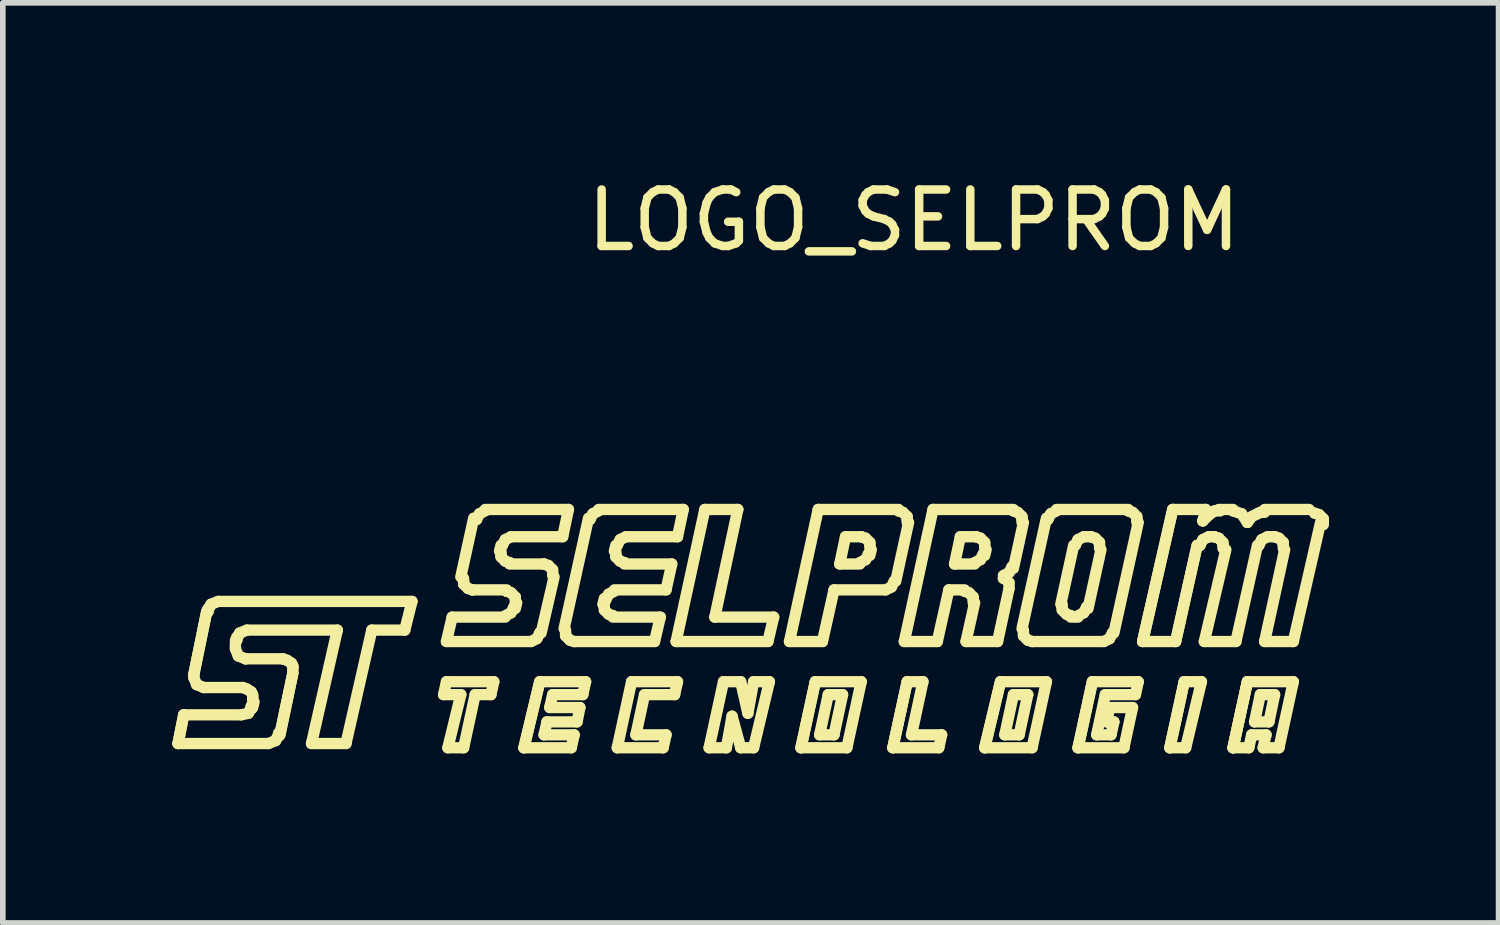
<source format=kicad_pcb>
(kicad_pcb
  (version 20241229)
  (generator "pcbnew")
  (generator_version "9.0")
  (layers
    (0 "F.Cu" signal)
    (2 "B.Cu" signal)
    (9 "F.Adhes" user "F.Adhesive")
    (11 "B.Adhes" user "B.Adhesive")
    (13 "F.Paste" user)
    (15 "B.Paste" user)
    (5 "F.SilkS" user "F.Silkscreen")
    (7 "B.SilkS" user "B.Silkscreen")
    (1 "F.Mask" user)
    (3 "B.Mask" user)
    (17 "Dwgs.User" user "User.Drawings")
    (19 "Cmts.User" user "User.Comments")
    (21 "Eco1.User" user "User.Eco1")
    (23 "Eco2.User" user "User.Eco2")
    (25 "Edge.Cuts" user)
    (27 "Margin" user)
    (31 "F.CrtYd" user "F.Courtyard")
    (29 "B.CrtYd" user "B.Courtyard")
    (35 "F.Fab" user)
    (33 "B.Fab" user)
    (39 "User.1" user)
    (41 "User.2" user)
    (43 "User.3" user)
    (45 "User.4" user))
  (footprint "LOGO_SELPROM"
    (layer "F.Cu")
    (at 9.32 8.048)
    (property "Reference" "LOGO_SELPROM" (at 3.8 -7.2 0) (layer "F.SilkS") (effects (font (size 1 1) (thickness 0.15))))
    (attr through_hole)
    (fp_line (start -9.22 2.059) (end -7.62 2.059) (stroke (width 0.2) (type solid)) (layer "F.SilkS"))
    (fp_line (start -9.119 1.551) (end -9.22 2.059) (stroke (width 0.2) (type solid)) (layer "F.SilkS"))
    (fp_line (start -9.119 1.551) (end -9.22 2.059) (stroke (width 0.2) (type solid)) (layer "F.SilkS"))
    (fp_line (start -9.119 1.551) (end -8.103 1.551) (stroke (width 0.2) (type solid)) (layer "F.SilkS"))
    (fp_line (start -8.941 0.84) (end -8.941 0.89) (stroke (width 0.2) (type solid)) (layer "F.SilkS"))
    (fp_line (start -8.941 0.89) (end -8.89 1.017) (stroke (width 0.2) (type solid)) (layer "F.SilkS"))
    (fp_line (start -8.89 1.017) (end -8.763 1.068) (stroke (width 0.2) (type solid)) (layer "F.SilkS"))
    (fp_line (start -8.763 1.068) (end -8.763 1.068) (stroke (width 0.2) (type solid)) (layer "F.SilkS"))
    (fp_line (start -8.763 1.068) (end -8.077 1.068) (stroke (width 0.2) (type solid)) (layer "F.SilkS"))
    (fp_line (start -8.712 -0.278) (end -8.941 0.84) (stroke (width 0.2) (type solid)) (layer "F.SilkS"))
    (fp_line (start -8.712 -0.278) (end -8.941 0.84) (stroke (width 0.2) (type solid)) (layer "F.SilkS"))
    (fp_line (start -8.687 -0.329) (end -8.687 -0.278) (stroke (width 0.2) (type solid)) (layer "F.SilkS"))
    (fp_line (start -8.687 -0.278) (end -8.687 -0.278) (stroke (width 0.2) (type solid)) (layer "F.SilkS"))
    (fp_line (start -8.661 -0.354) (end -8.687 -0.329) (stroke (width 0.2) (type solid)) (layer "F.SilkS"))
    (fp_line (start -8.636 -0.405) (end -8.661 -0.354) (stroke (width 0.2) (type solid)) (layer "F.SilkS"))
    (fp_line (start -8.509 -0.456) (end -8.636 -0.405) (stroke (width 0.2) (type solid)) (layer "F.SilkS"))
    (fp_line (start -8.509 -0.456) (end -5.08 -0.456) (stroke (width 0.2) (type solid)) (layer "F.SilkS"))
    (fp_line (start -8.204 0.23) (end -8.204 0.332) (stroke (width 0.2) (type solid)) (layer "F.SilkS"))
    (fp_line (start -8.204 0.332) (end -8.204 0.382) (stroke (width 0.2) (type solid)) (layer "F.SilkS"))
    (fp_line (start -8.204 0.382) (end -8.153 0.509) (stroke (width 0.2) (type solid)) (layer "F.SilkS"))
    (fp_line (start -8.179 0.179) (end -8.179 0.23) (stroke (width 0.2) (type solid)) (layer "F.SilkS"))
    (fp_line (start -8.179 0.23) (end -8.179 0.23) (stroke (width 0.2) (type solid)) (layer "F.SilkS"))
    (fp_line (start -8.153 0.154) (end -8.179 0.179) (stroke (width 0.2) (type solid)) (layer "F.SilkS"))
    (fp_line (start -8.153 0.509) (end -8.026 0.56) (stroke (width 0.2) (type solid)) (layer "F.SilkS"))
    (fp_line (start -8.128 0.103) (end -8.153 0.154) (stroke (width 0.2) (type solid)) (layer "F.SilkS"))
    (fp_line (start -8.103 1.551) (end -7.976 1.525) (stroke (width 0.2) (type solid)) (layer "F.SilkS"))
    (fp_line (start -8.077 1.068) (end -8.077 1.068) (stroke (width 0.2) (type solid)) (layer "F.SilkS"))
    (fp_line (start -8.026 0.56) (end -8.026 0.56) (stroke (width 0.2) (type solid)) (layer "F.SilkS"))
    (fp_line (start -8.026 0.56) (end -7.366 0.56) (stroke (width 0.2) (type solid)) (layer "F.SilkS"))
    (fp_line (start -8.001 0.052) (end -8.128 0.103) (stroke (width 0.2) (type solid)) (layer "F.SilkS"))
    (fp_line (start -8.001 0.052) (end -6.401 0.052) (stroke (width 0.2) (type solid)) (layer "F.SilkS"))
    (fp_line (start -8.001 1.094) (end -8.077 1.068) (stroke (width 0.2) (type solid)) (layer "F.SilkS"))
    (fp_line (start -7.976 1.525) (end -7.95 1.475) (stroke (width 0.2) (type solid)) (layer "F.SilkS"))
    (fp_line (start -7.95 1.475) (end -7.925 1.449) (stroke (width 0.2) (type solid)) (layer "F.SilkS"))
    (fp_line (start -7.925 1.144) (end -8.001 1.094) (stroke (width 0.2) (type solid)) (layer "F.SilkS"))
    (fp_line (start -7.925 1.398) (end -7.925 1.398) (stroke (width 0.2) (type solid)) (layer "F.SilkS"))
    (fp_line (start -7.925 1.449) (end -7.925 1.398) (stroke (width 0.2) (type solid)) (layer "F.SilkS"))
    (fp_line (start -7.899 1.195) (end -7.925 1.144) (stroke (width 0.2) (type solid)) (layer "F.SilkS"))
    (fp_line (start -7.899 1.221) (end -7.899 1.195) (stroke (width 0.2) (type solid)) (layer "F.SilkS"))
    (fp_line (start -7.899 1.246) (end -7.899 1.221) (stroke (width 0.2) (type solid)) (layer "F.SilkS"))
    (fp_line (start -7.899 1.297) (end -7.899 1.246) (stroke (width 0.2) (type solid)) (layer "F.SilkS"))
    (fp_line (start -7.874 1.322) (end -7.899 1.424) (stroke (width 0.2) (type solid)) (layer "F.SilkS"))
    (fp_line (start -7.62 2.059) (end -7.493 2.008) (stroke (width 0.2) (type solid)) (layer "F.SilkS"))
    (fp_line (start -7.493 2.008) (end -7.468 1.957) (stroke (width 0.2) (type solid)) (layer "F.SilkS"))
    (fp_line (start -7.468 1.957) (end -7.442 1.932) (stroke (width 0.2) (type solid)) (layer "F.SilkS"))
    (fp_line (start -7.442 1.881) (end -7.442 1.881) (stroke (width 0.2) (type solid)) (layer "F.SilkS"))
    (fp_line (start -7.442 1.932) (end -7.442 1.881) (stroke (width 0.2) (type solid)) (layer "F.SilkS"))
    (fp_line (start -7.366 0.56) (end -7.366 0.56) (stroke (width 0.2) (type solid)) (layer "F.SilkS"))
    (fp_line (start -7.29 0.586) (end -7.366 0.56) (stroke (width 0.2) (type solid)) (layer "F.SilkS"))
    (fp_line (start -7.214 0.636) (end -7.29 0.586) (stroke (width 0.2) (type solid)) (layer "F.SilkS"))
    (fp_line (start -7.188 0.687) (end -7.214 0.636) (stroke (width 0.2) (type solid)) (layer "F.SilkS"))
    (fp_line (start -7.188 0.713) (end -7.188 0.687) (stroke (width 0.2) (type solid)) (layer "F.SilkS"))
    (fp_line (start -7.188 0.738) (end -7.188 0.713) (stroke (width 0.2) (type solid)) (layer "F.SilkS"))
    (fp_line (start -7.188 0.789) (end -7.188 0.738) (stroke (width 0.2) (type solid)) (layer "F.SilkS"))
    (fp_line (start -7.188 0.814) (end -7.417 1.906) (stroke (width 0.2) (type solid)) (layer "F.SilkS"))
    (fp_line (start -7.188 0.814) (end -7.417 1.906) (stroke (width 0.2) (type solid)) (layer "F.SilkS"))
    (fp_line (start -6.858 2.059) (end -6.248 2.059) (stroke (width 0.2) (type solid)) (layer "F.SilkS"))
    (fp_line (start -6.401 0.052) (end -6.858 2.059) (stroke (width 0.2) (type solid)) (layer "F.SilkS"))
    (fp_line (start -5.791 0.052) (end -6.248 2.059) (stroke (width 0.2) (type solid)) (layer "F.SilkS"))
    (fp_line (start -5.791 0.052) (end -5.207 0.052) (stroke (width 0.2) (type solid)) (layer "F.SilkS"))
    (fp_line (start -5.08 -0.456) (end -5.207 0.052) (stroke (width 0.2) (type solid)) (layer "F.SilkS"))
    (fp_line (start -4.521 1.194) (end -4.216 1.194) (stroke (width 0.2) (type solid)) (layer "F.SilkS"))
    (fp_line (start -4.47 0.254) (end -2.972 0.254) (stroke (width 0.2) (type solid)) (layer "F.SilkS"))
    (fp_line (start -4.47 0.965) (end -4.521 1.194) (stroke (width 0.2) (type solid)) (layer "F.SilkS"))
    (fp_line (start -4.47 0.965) (end -3.632 0.965) (stroke (width 0.2) (type solid)) (layer "F.SilkS"))
    (fp_line (start -4.445 2.134) (end -4.166 2.134) (stroke (width 0.2) (type solid)) (layer "F.SilkS"))
    (fp_line (start -4.369 -0.178) (end -4.47 0.254) (stroke (width 0.2) (type solid)) (layer "F.SilkS"))
    (fp_line (start -4.369 -0.178) (end -3.429 -0.178) (stroke (width 0.2) (type solid)) (layer "F.SilkS"))
    (fp_line (start -4.216 1.194) (end -4.445 2.134) (stroke (width 0.2) (type solid)) (layer "F.SilkS"))
    (fp_line (start -4.166 -0.864) (end -4.166 -0.813) (stroke (width 0.2) (type solid)) (layer "F.SilkS"))
    (fp_line (start -4.166 -0.813) (end -4.166 -0.762) (stroke (width 0.2) (type solid)) (layer "F.SilkS"))
    (fp_line (start -4.166 -0.762) (end -4.089 -0.686) (stroke (width 0.2) (type solid)) (layer "F.SilkS"))
    (fp_line (start -4.089 -0.686) (end -4.013 -0.66) (stroke (width 0.2) (type solid)) (layer "F.SilkS"))
    (fp_line (start -4.013 -0.66) (end -4.013 -0.66) (stroke (width 0.2) (type solid)) (layer "F.SilkS"))
    (fp_line (start -4.013 -0.66) (end -3.404 -0.66) (stroke (width 0.2) (type solid)) (layer "F.SilkS"))
    (fp_line (start -3.988 -1.93) (end -4.216 -0.889) (stroke (width 0.2) (type solid)) (layer "F.SilkS"))
    (fp_line (start -3.962 1.194) (end -4.166 2.134) (stroke (width 0.2) (type solid)) (layer "F.SilkS"))
    (fp_line (start -3.962 1.194) (end -3.683 1.194) (stroke (width 0.2) (type solid)) (layer "F.SilkS"))
    (fp_line (start -3.937 -1.905) (end -3.937 -1.905) (stroke (width 0.2) (type solid)) (layer "F.SilkS"))
    (fp_line (start -3.886 -2.007) (end -3.937 -1.905) (stroke (width 0.2) (type solid)) (layer "F.SilkS"))
    (fp_line (start -3.785 -2.083) (end -2.311 -2.083) (stroke (width 0.2) (type solid)) (layer "F.SilkS"))
    (fp_line (start -3.785 -2.057) (end -3.886 -2.007) (stroke (width 0.2) (type solid)) (layer "F.SilkS"))
    (fp_line (start -3.632 0.965) (end -3.683 1.194) (stroke (width 0.2) (type solid)) (layer "F.SilkS"))
    (fp_line (start -3.505 -1.448) (end -3.531 -1.346) (stroke (width 0.2) (type solid)) (layer "F.SilkS"))
    (fp_line (start -3.505 -1.346) (end -3.505 -1.295) (stroke (width 0.2) (type solid)) (layer "F.SilkS"))
    (fp_line (start -3.505 -1.295) (end -3.505 -1.245) (stroke (width 0.2) (type solid)) (layer "F.SilkS"))
    (fp_line (start -3.505 -1.245) (end -3.429 -1.168) (stroke (width 0.2) (type solid)) (layer "F.SilkS"))
    (fp_line (start -3.48 -1.448) (end -3.48 -1.448) (stroke (width 0.2) (type solid)) (layer "F.SilkS"))
    (fp_line (start -3.429 -1.549) (end -3.48 -1.448) (stroke (width 0.2) (type solid)) (layer "F.SilkS"))
    (fp_line (start -3.429 -1.168) (end -3.353 -1.143) (stroke (width 0.2) (type solid)) (layer "F.SilkS"))
    (fp_line (start -3.429 -0.203) (end -3.327 -0.254) (stroke (width 0.2) (type solid)) (layer "F.SilkS"))
    (fp_line (start -3.404 -0.635) (end -3.404 -0.635) (stroke (width 0.2) (type solid)) (layer "F.SilkS"))
    (fp_line (start -3.353 -1.143) (end -3.353 -1.143) (stroke (width 0.2) (type solid)) (layer "F.SilkS"))
    (fp_line (start -3.353 -1.118) (end -2.743 -1.118) (stroke (width 0.2) (type solid)) (layer "F.SilkS"))
    (fp_line (start -3.327 -1.6) (end -3.429 -1.549) (stroke (width 0.2) (type solid)) (layer "F.SilkS"))
    (fp_line (start -3.327 -1.6) (end -2.413 -1.6) (stroke (width 0.2) (type solid)) (layer "F.SilkS"))
    (fp_line (start -3.327 -0.61) (end -3.404 -0.635) (stroke (width 0.2) (type solid)) (layer "F.SilkS"))
    (fp_line (start -3.327 -0.254) (end -3.277 -0.356) (stroke (width 0.2) (type solid)) (layer "F.SilkS"))
    (fp_line (start -3.277 -0.356) (end -3.277 -0.356) (stroke (width 0.2) (type solid)) (layer "F.SilkS"))
    (fp_line (start -3.251 -0.533) (end -3.327 -0.61) (stroke (width 0.2) (type solid)) (layer "F.SilkS"))
    (fp_line (start -3.251 -0.483) (end -3.251 -0.533) (stroke (width 0.2) (type solid)) (layer "F.SilkS"))
    (fp_line (start -3.251 -0.432) (end -3.251 -0.483) (stroke (width 0.2) (type solid)) (layer "F.SilkS"))
    (fp_line (start -3.226 -0.432) (end -3.251 -0.33) (stroke (width 0.2) (type solid)) (layer "F.SilkS"))
    (fp_line (start -3.099 2.134) (end -2.261 2.134) (stroke (width 0.2) (type solid)) (layer "F.SilkS"))
    (fp_line (start -2.972 0.254) (end -2.87 0.203) (stroke (width 0.2) (type solid)) (layer "F.SilkS"))
    (fp_line (start -2.87 0.203) (end -2.819 0.102) (stroke (width 0.2) (type solid)) (layer "F.SilkS"))
    (fp_line (start -2.819 0.102) (end -2.819 0.102) (stroke (width 0.2) (type solid)) (layer "F.SilkS"))
    (fp_line (start -2.819 0.965) (end -3.099 2.134) (stroke (width 0.2) (type solid)) (layer "F.SilkS"))
    (fp_line (start -2.819 0.965) (end -3.099 2.134) (stroke (width 0.2) (type solid)) (layer "F.SilkS"))
    (fp_line (start -2.819 0.965) (end -2.007 0.965) (stroke (width 0.2) (type solid)) (layer "F.SilkS"))
    (fp_line (start -2.743 -1.118) (end -2.743 -1.118) (stroke (width 0.2) (type solid)) (layer "F.SilkS"))
    (fp_line (start -2.743 1.905) (end -2.21 1.905) (stroke (width 0.2) (type solid)) (layer "F.SilkS"))
    (fp_line (start -2.692 1.676) (end -2.743 1.905) (stroke (width 0.2) (type solid)) (layer "F.SilkS"))
    (fp_line (start -2.692 1.676) (end -2.159 1.676) (stroke (width 0.2) (type solid)) (layer "F.SilkS"))
    (fp_line (start -2.667 -1.092) (end -2.743 -1.118) (stroke (width 0.2) (type solid)) (layer "F.SilkS"))
    (fp_line (start -2.642 1.422) (end -2.108 1.422) (stroke (width 0.2) (type solid)) (layer "F.SilkS"))
    (fp_line (start -2.591 -1.016) (end -2.667 -1.092) (stroke (width 0.2) (type solid)) (layer "F.SilkS"))
    (fp_line (start -2.591 -0.965) (end -2.591 -1.016) (stroke (width 0.2) (type solid)) (layer "F.SilkS"))
    (fp_line (start -2.591 -0.914) (end -2.591 -0.965) (stroke (width 0.2) (type solid)) (layer "F.SilkS"))
    (fp_line (start -2.591 1.194) (end -2.642 1.422) (stroke (width 0.2) (type solid)) (layer "F.SilkS"))
    (fp_line (start -2.591 1.194) (end -2.057 1.194) (stroke (width 0.2) (type solid)) (layer "F.SilkS"))
    (fp_line (start -2.565 -0.889) (end -2.794 0.102) (stroke (width 0.2) (type solid)) (layer "F.SilkS"))
    (fp_line (start -2.362 0.051) (end -2.362 0.102) (stroke (width 0.2) (type solid)) (layer "F.SilkS"))
    (fp_line (start -2.362 0.102) (end -2.362 0.152) (stroke (width 0.2) (type solid)) (layer "F.SilkS"))
    (fp_line (start -2.362 0.152) (end -2.286 0.229) (stroke (width 0.2) (type solid)) (layer "F.SilkS"))
    (fp_line (start -2.311 -2.083) (end -2.413 -1.6) (stroke (width 0.2) (type solid)) (layer "F.SilkS"))
    (fp_line (start -2.286 0.229) (end -2.21 0.254) (stroke (width 0.2) (type solid)) (layer "F.SilkS"))
    (fp_line (start -2.21 0.254) (end -2.21 0.254) (stroke (width 0.2) (type solid)) (layer "F.SilkS"))
    (fp_line (start -2.21 0.254) (end -0.787 0.254) (stroke (width 0.2) (type solid)) (layer "F.SilkS"))
    (fp_line (start -2.21 1.905) (end -2.261 2.134) (stroke (width 0.2) (type solid)) (layer "F.SilkS"))
    (fp_line (start -2.108 1.422) (end -2.159 1.676) (stroke (width 0.2) (type solid)) (layer "F.SilkS"))
    (fp_line (start -2.007 0.965) (end -2.057 1.194) (stroke (width 0.2) (type solid)) (layer "F.SilkS"))
    (fp_line (start -1.956 -1.93) (end -2.388 0.025) (stroke (width 0.2) (type solid)) (layer "F.SilkS"))
    (fp_line (start -1.93 -1.905) (end -1.93 -1.905) (stroke (width 0.2) (type solid)) (layer "F.SilkS"))
    (fp_line (start -1.88 -2.007) (end -1.93 -1.905) (stroke (width 0.2) (type solid)) (layer "F.SilkS"))
    (fp_line (start -1.778 -2.083) (end -0.279 -2.083) (stroke (width 0.2) (type solid)) (layer "F.SilkS"))
    (fp_line (start -1.778 -2.057) (end -1.88 -2.007) (stroke (width 0.2) (type solid)) (layer "F.SilkS"))
    (fp_line (start -1.676 -0.508) (end -1.702 -0.406) (stroke (width 0.2) (type solid)) (layer "F.SilkS"))
    (fp_line (start -1.676 -0.406) (end -1.676 -0.356) (stroke (width 0.2) (type solid)) (layer "F.SilkS"))
    (fp_line (start -1.676 -0.356) (end -1.676 -0.305) (stroke (width 0.2) (type solid)) (layer "F.SilkS"))
    (fp_line (start -1.676 -0.305) (end -1.6 -0.229) (stroke (width 0.2) (type solid)) (layer "F.SilkS"))
    (fp_line (start -1.651 -0.483) (end -1.651 -0.483) (stroke (width 0.2) (type solid)) (layer "F.SilkS"))
    (fp_line (start -1.6 -0.584) (end -1.651 -0.483) (stroke (width 0.2) (type solid)) (layer "F.SilkS"))
    (fp_line (start -1.6 -0.229) (end -1.524 -0.203) (stroke (width 0.2) (type solid)) (layer "F.SilkS"))
    (fp_line (start -1.524 -0.203) (end -1.524 -0.203) (stroke (width 0.2) (type solid)) (layer "F.SilkS"))
    (fp_line (start -1.524 -0.178) (end -0.686 -0.178) (stroke (width 0.2) (type solid)) (layer "F.SilkS"))
    (fp_line (start -1.499 -0.66) (end -0.584 -0.66) (stroke (width 0.2) (type solid)) (layer "F.SilkS"))
    (fp_line (start -1.499 -0.635) (end -1.6 -0.584) (stroke (width 0.2) (type solid)) (layer "F.SilkS"))
    (fp_line (start -1.473 -1.448) (end -1.499 -1.346) (stroke (width 0.2) (type solid)) (layer "F.SilkS"))
    (fp_line (start -1.473 -1.346) (end -1.473 -1.295) (stroke (width 0.2) (type solid)) (layer "F.SilkS"))
    (fp_line (start -1.473 -1.295) (end -1.473 -1.245) (stroke (width 0.2) (type solid)) (layer "F.SilkS"))
    (fp_line (start -1.473 -1.245) (end -1.397 -1.168) (stroke (width 0.2) (type solid)) (layer "F.SilkS"))
    (fp_line (start -1.448 -1.448) (end -1.448 -1.448) (stroke (width 0.2) (type solid)) (layer "F.SilkS"))
    (fp_line (start -1.448 2.134) (end -0.635 2.134) (stroke (width 0.2) (type solid)) (layer "F.SilkS"))
    (fp_line (start -1.397 -1.549) (end -1.448 -1.448) (stroke (width 0.2) (type solid)) (layer "F.SilkS"))
    (fp_line (start -1.397 -1.168) (end -1.321 -1.143) (stroke (width 0.2) (type solid)) (layer "F.SilkS"))
    (fp_line (start -1.321 -1.143) (end -1.321 -1.143) (stroke (width 0.2) (type solid)) (layer "F.SilkS"))
    (fp_line (start -1.321 -1.118) (end -0.483 -1.118) (stroke (width 0.2) (type solid)) (layer "F.SilkS"))
    (fp_line (start -1.295 -1.6) (end -1.397 -1.549) (stroke (width 0.2) (type solid)) (layer "F.SilkS"))
    (fp_line (start -1.295 -1.6) (end -0.381 -1.6) (stroke (width 0.2) (type solid)) (layer "F.SilkS"))
    (fp_line (start -1.194 0.965) (end -1.448 2.134) (stroke (width 0.2) (type solid)) (layer "F.SilkS"))
    (fp_line (start -1.194 0.965) (end -0.381 0.965) (stroke (width 0.2) (type solid)) (layer "F.SilkS"))
    (fp_line (start -1.118 1.905) (end -0.584 1.905) (stroke (width 0.2) (type solid)) (layer "F.SilkS"))
    (fp_line (start -0.965 1.194) (end -1.118 1.905) (stroke (width 0.2) (type solid)) (layer "F.SilkS"))
    (fp_line (start -0.965 1.194) (end -0.432 1.194) (stroke (width 0.2) (type solid)) (layer "F.SilkS"))
    (fp_line (start -0.686 -0.178) (end -0.787 0.254) (stroke (width 0.2) (type solid)) (layer "F.SilkS"))
    (fp_line (start -0.584 1.905) (end -0.635 2.134) (stroke (width 0.2) (type solid)) (layer "F.SilkS"))
    (fp_line (start -0.483 -1.118) (end -0.584 -0.66) (stroke (width 0.2) (type solid)) (layer "F.SilkS"))
    (fp_line (start -0.406 0.254) (end 1.219 0.254) (stroke (width 0.2) (type solid)) (layer "F.SilkS"))
    (fp_line (start -0.381 0.965) (end -0.432 1.194) (stroke (width 0.2) (type solid)) (layer "F.SilkS"))
    (fp_line (start -0.279 -2.083) (end -0.381 -1.6) (stroke (width 0.2) (type solid)) (layer "F.SilkS"))
    (fp_line (start 0.102 -2.083) (end -0.406 0.254) (stroke (width 0.2) (type solid)) (layer "F.SilkS"))
    (fp_line (start 0.102 -2.083) (end 0.686 -2.083) (stroke (width 0.2) (type solid)) (layer "F.SilkS"))
    (fp_line (start 0.178 2.134) (end 0.483 2.134) (stroke (width 0.2) (type solid)) (layer "F.SilkS"))
    (fp_line (start 0.279 -0.178) (end 1.321 -0.178) (stroke (width 0.2) (type solid)) (layer "F.SilkS"))
    (fp_line (start 0.432 0.965) (end 0.178 2.134) (stroke (width 0.2) (type solid)) (layer "F.SilkS"))
    (fp_line (start 0.432 0.965) (end 0.737 0.965) (stroke (width 0.2) (type solid)) (layer "F.SilkS"))
    (fp_line (start 0.584 1.575) (end 0.483 2.134) (stroke (width 0.2) (type solid)) (layer "F.SilkS"))
    (fp_line (start 0.584 1.575) (end 0.737 2.134) (stroke (width 0.2) (type solid)) (layer "F.SilkS"))
    (fp_line (start 0.686 -2.083) (end 0.279 -0.178) (stroke (width 0.2) (type solid)) (layer "F.SilkS"))
    (fp_line (start 0.737 0.965) (end 0.864 1.524) (stroke (width 0.2) (type solid)) (layer "F.SilkS"))
    (fp_line (start 0.737 2.134) (end 0.965 2.134) (stroke (width 0.2) (type solid)) (layer "F.SilkS"))
    (fp_line (start 0.965 0.965) (end 0.864 1.524) (stroke (width 0.2) (type solid)) (layer "F.SilkS"))
    (fp_line (start 0.965 0.965) (end 1.245 0.965) (stroke (width 0.2) (type solid)) (layer "F.SilkS"))
    (fp_line (start 1.245 0.965) (end 0.965 2.134) (stroke (width 0.2) (type solid)) (layer "F.SilkS"))
    (fp_line (start 1.321 -0.178) (end 1.219 0.254) (stroke (width 0.2) (type solid)) (layer "F.SilkS"))
    (fp_line (start 1.6 0.254) (end 2.184 0.254) (stroke (width 0.2) (type solid)) (layer "F.SilkS"))
    (fp_line (start 1.803 2.134) (end 2.616 2.134) (stroke (width 0.2) (type solid)) (layer "F.SilkS"))
    (fp_line (start 2.057 0.965) (end 1.803 2.134) (stroke (width 0.2) (type solid)) (layer "F.SilkS"))
    (fp_line (start 2.057 0.965) (end 1.803 2.134) (stroke (width 0.2) (type solid)) (layer "F.SilkS"))
    (fp_line (start 2.057 0.965) (end 2.87 0.965) (stroke (width 0.2) (type solid)) (layer "F.SilkS"))
    (fp_line (start 2.108 -2.083) (end 1.6 0.254) (stroke (width 0.2) (type solid)) (layer "F.SilkS"))
    (fp_line (start 2.108 -2.083) (end 3.531 -2.083) (stroke (width 0.2) (type solid)) (layer "F.SilkS"))
    (fp_line (start 2.134 1.905) (end 2.388 1.905) (stroke (width 0.2) (type solid)) (layer "F.SilkS"))
    (fp_line (start 2.286 1.194) (end 2.134 1.905) (stroke (width 0.2) (type solid)) (layer "F.SilkS"))
    (fp_line (start 2.286 1.194) (end 2.54 1.194) (stroke (width 0.2) (type solid)) (layer "F.SilkS"))
    (fp_line (start 2.388 -0.66) (end 2.184 0.254) (stroke (width 0.2) (type solid)) (layer "F.SilkS"))
    (fp_line (start 2.388 -0.66) (end 3.302 -0.66) (stroke (width 0.2) (type solid)) (layer "F.SilkS"))
    (fp_line (start 2.489 -1.118) (end 2.845 -1.118) (stroke (width 0.2) (type solid)) (layer "F.SilkS"))
    (fp_line (start 2.54 1.194) (end 2.388 1.905) (stroke (width 0.2) (type solid)) (layer "F.SilkS"))
    (fp_line (start 2.591 -1.6) (end 2.489 -1.118) (stroke (width 0.2) (type solid)) (layer "F.SilkS"))
    (fp_line (start 2.591 -1.6) (end 2.87 -1.6) (stroke (width 0.2) (type solid)) (layer "F.SilkS"))
    (fp_line (start 2.845 -1.143) (end 2.946 -1.194) (stroke (width 0.2) (type solid)) (layer "F.SilkS"))
    (fp_line (start 2.87 -1.6) (end 2.87 -1.6) (stroke (width 0.2) (type solid)) (layer "F.SilkS"))
    (fp_line (start 2.87 0.965) (end 2.616 2.134) (stroke (width 0.2) (type solid)) (layer "F.SilkS"))
    (fp_line (start 2.946 -1.575) (end 2.87 -1.6) (stroke (width 0.2) (type solid)) (layer "F.SilkS"))
    (fp_line (start 2.946 -1.194) (end 2.997 -1.295) (stroke (width 0.2) (type solid)) (layer "F.SilkS"))
    (fp_line (start 2.997 -1.295) (end 2.997 -1.295) (stroke (width 0.2) (type solid)) (layer "F.SilkS"))
    (fp_line (start 3.023 -1.499) (end 2.946 -1.575) (stroke (width 0.2) (type solid)) (layer "F.SilkS"))
    (fp_line (start 3.023 -1.448) (end 3.023 -1.499) (stroke (width 0.2) (type solid)) (layer "F.SilkS"))
    (fp_line (start 3.023 -1.397) (end 3.023 -1.448) (stroke (width 0.2) (type solid)) (layer "F.SilkS"))
    (fp_line (start 3.048 -1.372) (end 3.023 -1.27) (stroke (width 0.2) (type solid)) (layer "F.SilkS"))
    (fp_line (start 3.302 -0.66) (end 3.404 -0.711) (stroke (width 0.2) (type solid)) (layer "F.SilkS"))
    (fp_line (start 3.404 -0.711) (end 3.454 -0.813) (stroke (width 0.2) (type solid)) (layer "F.SilkS"))
    (fp_line (start 3.429 2.134) (end 4.242 2.134) (stroke (width 0.2) (type solid)) (layer "F.SilkS"))
    (fp_line (start 3.454 -0.813) (end 3.454 -0.813) (stroke (width 0.2) (type solid)) (layer "F.SilkS"))
    (fp_line (start 3.531 -2.057) (end 3.531 -2.057) (stroke (width 0.2) (type solid)) (layer "F.SilkS"))
    (fp_line (start 3.607 -2.032) (end 3.531 -2.057) (stroke (width 0.2) (type solid)) (layer "F.SilkS"))
    (fp_line (start 3.632 0.254) (end 4.216 0.254) (stroke (width 0.2) (type solid)) (layer "F.SilkS"))
    (fp_line (start 3.683 -1.956) (end 3.607 -2.032) (stroke (width 0.2) (type solid)) (layer "F.SilkS"))
    (fp_line (start 3.683 -1.905) (end 3.683 -1.956) (stroke (width 0.2) (type solid)) (layer "F.SilkS"))
    (fp_line (start 3.683 -1.854) (end 3.683 -1.905) (stroke (width 0.2) (type solid)) (layer "F.SilkS"))
    (fp_line (start 3.683 0.965) (end 3.429 2.134) (stroke (width 0.2) (type solid)) (layer "F.SilkS"))
    (fp_line (start 3.683 0.965) (end 3.429 2.134) (stroke (width 0.2) (type solid)) (layer "F.SilkS"))
    (fp_line (start 3.683 0.965) (end 3.962 0.965) (stroke (width 0.2) (type solid)) (layer "F.SilkS"))
    (fp_line (start 3.708 -1.854) (end 3.48 -0.813) (stroke (width 0.2) (type solid)) (layer "F.SilkS"))
    (fp_line (start 3.759 1.905) (end 4.293 1.905) (stroke (width 0.2) (type solid)) (layer "F.SilkS"))
    (fp_line (start 3.962 0.965) (end 3.759 1.905) (stroke (width 0.2) (type solid)) (layer "F.SilkS"))
    (fp_line (start 4.14 -2.083) (end 3.632 0.254) (stroke (width 0.2) (type solid)) (layer "F.SilkS"))
    (fp_line (start 4.14 -2.083) (end 5.563 -2.083) (stroke (width 0.2) (type solid)) (layer "F.SilkS"))
    (fp_line (start 4.293 1.905) (end 4.242 2.134) (stroke (width 0.2) (type solid)) (layer "F.SilkS"))
    (fp_line (start 4.42 -0.66) (end 4.216 0.254) (stroke (width 0.2) (type solid)) (layer "F.SilkS"))
    (fp_line (start 4.42 -0.66) (end 4.699 -0.66) (stroke (width 0.2) (type solid)) (layer "F.SilkS"))
    (fp_line (start 4.521 -1.118) (end 4.877 -1.118) (stroke (width 0.2) (type solid)) (layer "F.SilkS"))
    (fp_line (start 4.623 -1.6) (end 4.521 -1.118) (stroke (width 0.2) (type solid)) (layer "F.SilkS"))
    (fp_line (start 4.623 -1.6) (end 4.902 -1.6) (stroke (width 0.2) (type solid)) (layer "F.SilkS"))
    (fp_line (start 4.699 -0.635) (end 4.699 -0.635) (stroke (width 0.2) (type solid)) (layer "F.SilkS"))
    (fp_line (start 4.724 0.254) (end 5.283 0.254) (stroke (width 0.2) (type solid)) (layer "F.SilkS"))
    (fp_line (start 4.775 -0.61) (end 4.699 -0.635) (stroke (width 0.2) (type solid)) (layer "F.SilkS"))
    (fp_line (start 4.851 -0.533) (end 4.775 -0.61) (stroke (width 0.2) (type solid)) (layer "F.SilkS"))
    (fp_line (start 4.851 -0.483) (end 4.851 -0.533) (stroke (width 0.2) (type solid)) (layer "F.SilkS"))
    (fp_line (start 4.851 -0.432) (end 4.851 -0.483) (stroke (width 0.2) (type solid)) (layer "F.SilkS"))
    (fp_line (start 4.877 -1.143) (end 4.978 -1.194) (stroke (width 0.2) (type solid)) (layer "F.SilkS"))
    (fp_line (start 4.877 -0.432) (end 4.724 0.254) (stroke (width 0.2) (type solid)) (layer "F.SilkS"))
    (fp_line (start 4.902 -1.6) (end 4.902 -1.6) (stroke (width 0.2) (type solid)) (layer "F.SilkS"))
    (fp_line (start 4.978 -1.575) (end 4.902 -1.6) (stroke (width 0.2) (type solid)) (layer "F.SilkS"))
    (fp_line (start 4.978 -1.194) (end 5.029 -1.295) (stroke (width 0.2) (type solid)) (layer "F.SilkS"))
    (fp_line (start 5.029 -1.295) (end 5.029 -1.295) (stroke (width 0.2) (type solid)) (layer "F.SilkS"))
    (fp_line (start 5.055 -1.499) (end 4.978 -1.575) (stroke (width 0.2) (type solid)) (layer "F.SilkS"))
    (fp_line (start 5.055 -1.448) (end 5.055 -1.499) (stroke (width 0.2) (type solid)) (layer "F.SilkS"))
    (fp_line (start 5.055 -1.397) (end 5.055 -1.448) (stroke (width 0.2) (type solid)) (layer "F.SilkS"))
    (fp_line (start 5.055 2.134) (end 5.893 2.134) (stroke (width 0.2) (type solid)) (layer "F.SilkS"))
    (fp_line (start 5.08 -1.372) (end 5.055 -1.27) (stroke (width 0.2) (type solid)) (layer "F.SilkS"))
    (fp_line (start 5.334 0.965) (end 5.055 2.134) (stroke (width 0.2) (type solid)) (layer "F.SilkS"))
    (fp_line (start 5.334 0.965) (end 5.055 2.134) (stroke (width 0.2) (type solid)) (layer "F.SilkS"))
    (fp_line (start 5.334 0.965) (end 6.147 0.965) (stroke (width 0.2) (type solid)) (layer "F.SilkS"))
    (fp_line (start 5.385 -0.914) (end 5.486 -0.965) (stroke (width 0.2) (type solid)) (layer "F.SilkS"))
    (fp_line (start 5.385 -0.864) (end 5.385 -0.864) (stroke (width 0.2) (type solid)) (layer "F.SilkS"))
    (fp_line (start 5.41 1.905) (end 5.664 1.905) (stroke (width 0.2) (type solid)) (layer "F.SilkS"))
    (fp_line (start 5.436 -0.864) (end 5.385 -0.864) (stroke (width 0.2) (type solid)) (layer "F.SilkS"))
    (fp_line (start 5.436 -0.838) (end 5.436 -0.864) (stroke (width 0.2) (type solid)) (layer "F.SilkS"))
    (fp_line (start 5.486 -0.965) (end 5.537 -1.067) (stroke (width 0.2) (type solid)) (layer "F.SilkS"))
    (fp_line (start 5.486 -0.787) (end 5.436 -0.838) (stroke (width 0.2) (type solid)) (layer "F.SilkS"))
    (fp_line (start 5.486 -0.686) (end 5.283 0.254) (stroke (width 0.2) (type solid)) (layer "F.SilkS"))
    (fp_line (start 5.486 -0.686) (end 5.486 -0.787) (stroke (width 0.2) (type solid)) (layer "F.SilkS"))
    (fp_line (start 5.537 -1.067) (end 5.537 -1.067) (stroke (width 0.2) (type solid)) (layer "F.SilkS"))
    (fp_line (start 5.563 -2.057) (end 5.563 -2.057) (stroke (width 0.2) (type solid)) (layer "F.SilkS"))
    (fp_line (start 5.563 1.194) (end 5.41 1.905) (stroke (width 0.2) (type solid)) (layer "F.SilkS"))
    (fp_line (start 5.563 1.194) (end 5.817 1.194) (stroke (width 0.2) (type solid)) (layer "F.SilkS"))
    (fp_line (start 5.639 -2.032) (end 5.563 -2.057) (stroke (width 0.2) (type solid)) (layer "F.SilkS"))
    (fp_line (start 5.715 -1.956) (end 5.639 -2.032) (stroke (width 0.2) (type solid)) (layer "F.SilkS"))
    (fp_line (start 5.715 -1.905) (end 5.715 -1.956) (stroke (width 0.2) (type solid)) (layer "F.SilkS"))
    (fp_line (start 5.715 -1.854) (end 5.715 -1.905) (stroke (width 0.2) (type solid)) (layer "F.SilkS"))
    (fp_line (start 5.74 -1.854) (end 5.563 -1.041) (stroke (width 0.2) (type solid)) (layer "F.SilkS"))
    (fp_line (start 5.74 0.051) (end 5.74 0.102) (stroke (width 0.2) (type solid)) (layer "F.SilkS"))
    (fp_line (start 5.74 0.102) (end 5.74 0.152) (stroke (width 0.2) (type solid)) (layer "F.SilkS"))
    (fp_line (start 5.74 0.152) (end 5.817 0.229) (stroke (width 0.2) (type solid)) (layer "F.SilkS"))
    (fp_line (start 5.817 0.229) (end 5.893 0.254) (stroke (width 0.2) (type solid)) (layer "F.SilkS"))
    (fp_line (start 5.817 1.194) (end 5.664 1.905) (stroke (width 0.2) (type solid)) (layer "F.SilkS"))
    (fp_line (start 5.893 0.254) (end 5.893 0.254) (stroke (width 0.2) (type solid)) (layer "F.SilkS"))
    (fp_line (start 5.893 0.254) (end 7.163 0.254) (stroke (width 0.2) (type solid)) (layer "F.SilkS"))
    (fp_line (start 6.147 -1.93) (end 5.715 0.025) (stroke (width 0.2) (type solid)) (layer "F.SilkS"))
    (fp_line (start 6.147 0.965) (end 5.893 2.134) (stroke (width 0.2) (type solid)) (layer "F.SilkS"))
    (fp_line (start 6.172 -1.905) (end 6.172 -1.905) (stroke (width 0.2) (type solid)) (layer "F.SilkS"))
    (fp_line (start 6.223 -2.007) (end 6.172 -1.905) (stroke (width 0.2) (type solid)) (layer "F.SilkS"))
    (fp_line (start 6.325 -2.083) (end 7.595 -2.083) (stroke (width 0.2) (type solid)) (layer "F.SilkS"))
    (fp_line (start 6.325 -2.057) (end 6.223 -2.007) (stroke (width 0.2) (type solid)) (layer "F.SilkS"))
    (fp_line (start 6.426 -0.406) (end 6.426 -0.356) (stroke (width 0.2) (type solid)) (layer "F.SilkS"))
    (fp_line (start 6.426 -0.356) (end 6.426 -0.305) (stroke (width 0.2) (type solid)) (layer "F.SilkS"))
    (fp_line (start 6.426 -0.305) (end 6.502 -0.229) (stroke (width 0.2) (type solid)) (layer "F.SilkS"))
    (fp_line (start 6.502 -0.229) (end 6.579 -0.203) (stroke (width 0.2) (type solid)) (layer "F.SilkS"))
    (fp_line (start 6.579 -0.203) (end 6.579 -0.203) (stroke (width 0.2) (type solid)) (layer "F.SilkS"))
    (fp_line (start 6.579 -0.178) (end 6.706 -0.178) (stroke (width 0.2) (type solid)) (layer "F.SilkS"))
    (fp_line (start 6.629 -1.448) (end 6.401 -0.406) (stroke (width 0.2) (type solid)) (layer "F.SilkS"))
    (fp_line (start 6.655 -1.448) (end 6.655 -1.448) (stroke (width 0.2) (type solid)) (layer "F.SilkS"))
    (fp_line (start 6.706 -1.549) (end 6.655 -1.448) (stroke (width 0.2) (type solid)) (layer "F.SilkS"))
    (fp_line (start 6.706 -0.203) (end 6.807 -0.254) (stroke (width 0.2) (type solid)) (layer "F.SilkS"))
    (fp_line (start 6.706 2.134) (end 7.518 2.134) (stroke (width 0.2) (type solid)) (layer "F.SilkS"))
    (fp_line (start 6.807 -1.6) (end 6.706 -1.549) (stroke (width 0.2) (type solid)) (layer "F.SilkS"))
    (fp_line (start 6.807 -1.6) (end 6.934 -1.6) (stroke (width 0.2) (type solid)) (layer "F.SilkS"))
    (fp_line (start 6.807 -0.254) (end 6.858 -0.356) (stroke (width 0.2) (type solid)) (layer "F.SilkS"))
    (fp_line (start 6.858 -0.356) (end 6.858 -0.356) (stroke (width 0.2) (type solid)) (layer "F.SilkS"))
    (fp_line (start 6.934 -1.6) (end 6.934 -1.6) (stroke (width 0.2) (type solid)) (layer "F.SilkS"))
    (fp_line (start 6.96 0.965) (end 6.706 2.134) (stroke (width 0.2) (type solid)) (layer "F.SilkS"))
    (fp_line (start 6.96 0.965) (end 6.706 2.134) (stroke (width 0.2) (type solid)) (layer "F.SilkS"))
    (fp_line (start 6.96 0.965) (end 7.772 0.965) (stroke (width 0.2) (type solid)) (layer "F.SilkS"))
    (fp_line (start 7.01 -1.575) (end 6.934 -1.6) (stroke (width 0.2) (type solid)) (layer "F.SilkS"))
    (fp_line (start 7.036 1.905) (end 7.29 1.905) (stroke (width 0.2) (type solid)) (layer "F.SilkS"))
    (fp_line (start 7.087 -1.499) (end 7.01 -1.575) (stroke (width 0.2) (type solid)) (layer "F.SilkS"))
    (fp_line (start 7.087 -1.448) (end 7.087 -1.499) (stroke (width 0.2) (type solid)) (layer "F.SilkS"))
    (fp_line (start 7.087 -1.397) (end 7.087 -1.448) (stroke (width 0.2) (type solid)) (layer "F.SilkS"))
    (fp_line (start 7.112 -1.372) (end 6.883 -0.33) (stroke (width 0.2) (type solid)) (layer "F.SilkS"))
    (fp_line (start 7.163 0.254) (end 7.264 0.203) (stroke (width 0.2) (type solid)) (layer "F.SilkS"))
    (fp_line (start 7.188 1.194) (end 7.036 1.905) (stroke (width 0.2) (type solid)) (layer "F.SilkS"))
    (fp_line (start 7.188 1.194) (end 7.722 1.194) (stroke (width 0.2) (type solid)) (layer "F.SilkS"))
    (fp_line (start 7.214 1.676) (end 7.341 1.676) (stroke (width 0.2) (type solid)) (layer "F.SilkS"))
    (fp_line (start 7.264 0.203) (end 7.315 0.102) (stroke (width 0.2) (type solid)) (layer "F.SilkS"))
    (fp_line (start 7.264 1.422) (end 7.214 1.676) (stroke (width 0.2) (type solid)) (layer "F.SilkS"))
    (fp_line (start 7.264 1.422) (end 7.671 1.422) (stroke (width 0.2) (type solid)) (layer "F.SilkS"))
    (fp_line (start 7.315 0.102) (end 7.315 0.102) (stroke (width 0.2) (type solid)) (layer "F.SilkS"))
    (fp_line (start 7.341 1.676) (end 7.29 1.905) (stroke (width 0.2) (type solid)) (layer "F.SilkS"))
    (fp_line (start 7.595 -2.057) (end 7.595 -2.057) (stroke (width 0.2) (type solid)) (layer "F.SilkS"))
    (fp_line (start 7.671 -2.032) (end 7.595 -2.057) (stroke (width 0.2) (type solid)) (layer "F.SilkS"))
    (fp_line (start 7.671 1.422) (end 7.518 2.134) (stroke (width 0.2) (type solid)) (layer "F.SilkS"))
    (fp_line (start 7.747 -1.956) (end 7.671 -2.032) (stroke (width 0.2) (type solid)) (layer "F.SilkS"))
    (fp_line (start 7.747 -1.905) (end 7.747 -1.956) (stroke (width 0.2) (type solid)) (layer "F.SilkS"))
    (fp_line (start 7.747 -1.854) (end 7.747 -1.905) (stroke (width 0.2) (type solid)) (layer "F.SilkS"))
    (fp_line (start 7.772 -1.854) (end 7.341 0.102) (stroke (width 0.2) (type solid)) (layer "F.SilkS"))
    (fp_line (start 7.772 0.965) (end 7.722 1.194) (stroke (width 0.2) (type solid)) (layer "F.SilkS"))
    (fp_line (start 7.849 0.254) (end 8.433 0.254) (stroke (width 0.2) (type solid)) (layer "F.SilkS"))
    (fp_line (start 8.331 2.134) (end 8.611 2.134) (stroke (width 0.2) (type solid)) (layer "F.SilkS"))
    (fp_line (start 8.382 -2.083) (end 7.849 0.254) (stroke (width 0.2) (type solid)) (layer "F.SilkS"))
    (fp_line (start 8.382 -2.083) (end 7.849 0.254) (stroke (width 0.2) (type solid)) (layer "F.SilkS"))
    (fp_line (start 8.382 -2.083) (end 8.966 -2.083) (stroke (width 0.2) (type solid)) (layer "F.SilkS"))
    (fp_line (start 8.585 0.965) (end 8.331 2.134) (stroke (width 0.2) (type solid)) (layer "F.SilkS"))
    (fp_line (start 8.585 0.965) (end 8.331 2.134) (stroke (width 0.2) (type solid)) (layer "F.SilkS"))
    (fp_line (start 8.585 0.965) (end 8.89 0.965) (stroke (width 0.2) (type solid)) (layer "F.SilkS"))
    (fp_line (start 8.814 -1.448) (end 8.433 0.254) (stroke (width 0.2) (type solid)) (layer "F.SilkS"))
    (fp_line (start 8.814 -1.448) (end 8.433 0.254) (stroke (width 0.2) (type solid)) (layer "F.SilkS"))
    (fp_line (start 8.865 -1.448) (end 8.865 -1.448) (stroke (width 0.2) (type solid)) (layer "F.SilkS"))
    (fp_line (start 8.89 0.965) (end 8.611 2.134) (stroke (width 0.2) (type solid)) (layer "F.SilkS"))
    (fp_line (start 8.915 -1.88) (end 8.915 -1.88) (stroke (width 0.2) (type solid)) (layer "F.SilkS"))
    (fp_line (start 8.915 -1.549) (end 8.865 -1.448) (stroke (width 0.2) (type solid)) (layer "F.SilkS"))
    (fp_line (start 8.941 0.254) (end 9.5 0.254) (stroke (width 0.2) (type solid)) (layer "F.SilkS"))
    (fp_line (start 8.966 -2.083) (end 8.915 -1.88) (stroke (width 0.2) (type solid)) (layer "F.SilkS"))
    (fp_line (start 9.017 -1.981) (end 8.915 -1.88) (stroke (width 0.2) (type solid)) (layer "F.SilkS"))
    (fp_line (start 9.017 -1.6) (end 8.915 -1.549) (stroke (width 0.2) (type solid)) (layer "F.SilkS"))
    (fp_line (start 9.017 -1.6) (end 9.119 -1.6) (stroke (width 0.2) (type solid)) (layer "F.SilkS"))
    (fp_line (start 9.119 -2.057) (end 9.017 -1.981) (stroke (width 0.2) (type solid)) (layer "F.SilkS"))
    (fp_line (start 9.119 -1.6) (end 9.119 -1.6) (stroke (width 0.2) (type solid)) (layer "F.SilkS"))
    (fp_line (start 9.195 -2.083) (end 9.449 -2.083) (stroke (width 0.2) (type solid)) (layer "F.SilkS"))
    (fp_line (start 9.195 -1.575) (end 9.119 -1.6) (stroke (width 0.2) (type solid)) (layer "F.SilkS"))
    (fp_line (start 9.22 -2.057) (end 9.119 -2.057) (stroke (width 0.2) (type solid)) (layer "F.SilkS"))
    (fp_line (start 9.271 -1.499) (end 9.195 -1.575) (stroke (width 0.2) (type solid)) (layer "F.SilkS"))
    (fp_line (start 9.271 -1.448) (end 9.271 -1.499) (stroke (width 0.2) (type solid)) (layer "F.SilkS"))
    (fp_line (start 9.271 -1.397) (end 9.271 -1.448) (stroke (width 0.2) (type solid)) (layer "F.SilkS"))
    (fp_line (start 9.322 -1.372) (end 8.941 0.254) (stroke (width 0.2) (type solid)) (layer "F.SilkS"))
    (fp_line (start 9.449 -2.057) (end 9.449 -2.057) (stroke (width 0.2) (type solid)) (layer "F.SilkS"))
    (fp_line (start 9.449 2.134) (end 9.728 2.134) (stroke (width 0.2) (type solid)) (layer "F.SilkS"))
    (fp_line (start 9.601 -2.007) (end 9.449 -2.057) (stroke (width 0.2) (type solid)) (layer "F.SilkS"))
    (fp_line (start 9.703 -1.854) (end 9.601 -2.007) (stroke (width 0.2) (type solid)) (layer "F.SilkS"))
    (fp_line (start 9.703 -1.854) (end 9.703 -1.854) (stroke (width 0.2) (type solid)) (layer "F.SilkS"))
    (fp_line (start 9.703 0.965) (end 9.449 2.134) (stroke (width 0.2) (type solid)) (layer "F.SilkS"))
    (fp_line (start 9.703 0.965) (end 9.449 2.134) (stroke (width 0.2) (type solid)) (layer "F.SilkS"))
    (fp_line (start 9.703 0.965) (end 9.449 2.134) (stroke (width 0.2) (type solid)) (layer "F.SilkS"))
    (fp_line (start 9.703 0.965) (end 10.516 0.965) (stroke (width 0.2) (type solid)) (layer "F.SilkS"))
    (fp_line (start 9.779 -1.956) (end 9.703 -1.854) (stroke (width 0.2) (type solid)) (layer "F.SilkS"))
    (fp_line (start 9.779 1.905) (end 9.728 2.134) (stroke (width 0.2) (type solid)) (layer "F.SilkS"))
    (fp_line (start 9.779 1.905) (end 10.033 1.905) (stroke (width 0.2) (type solid)) (layer "F.SilkS"))
    (fp_line (start 9.83 1.676) (end 10.084 1.676) (stroke (width 0.2) (type solid)) (layer "F.SilkS"))
    (fp_line (start 9.881 -2.007) (end 9.779 -1.956) (stroke (width 0.2) (type solid)) (layer "F.SilkS"))
    (fp_line (start 9.881 -1.448) (end 9.5 0.254) (stroke (width 0.2) (type solid)) (layer "F.SilkS"))
    (fp_line (start 9.906 -1.448) (end 9.906 -1.448) (stroke (width 0.2) (type solid)) (layer "F.SilkS"))
    (fp_line (start 9.931 -2.032) (end 9.881 -2.007) (stroke (width 0.2) (type solid)) (layer "F.SilkS"))
    (fp_line (start 9.931 1.194) (end 9.83 1.676) (stroke (width 0.2) (type solid)) (layer "F.SilkS"))
    (fp_line (start 9.931 1.194) (end 10.185 1.194) (stroke (width 0.2) (type solid)) (layer "F.SilkS"))
    (fp_line (start 9.957 -1.549) (end 9.906 -1.448) (stroke (width 0.2) (type solid)) (layer "F.SilkS"))
    (fp_line (start 9.982 2.134) (end 10.262 2.134) (stroke (width 0.2) (type solid)) (layer "F.SilkS"))
    (fp_line (start 10.008 -2.083) (end 10.795 -2.083) (stroke (width 0.2) (type solid)) (layer "F.SilkS"))
    (fp_line (start 10.008 -2.032) (end 9.931 -2.032) (stroke (width 0.2) (type solid)) (layer "F.SilkS"))
    (fp_line (start 10.008 0.254) (end 10.516 0.254) (stroke (width 0.2) (type solid)) (layer "F.SilkS"))
    (fp_line (start 10.033 1.905) (end 9.982 2.134) (stroke (width 0.2) (type solid)) (layer "F.SilkS"))
    (fp_line (start 10.058 -1.6) (end 9.957 -1.549) (stroke (width 0.2) (type solid)) (layer "F.SilkS"))
    (fp_line (start 10.058 -1.6) (end 10.185 -1.6) (stroke (width 0.2) (type solid)) (layer "F.SilkS"))
    (fp_line (start 10.185 -1.6) (end 10.185 -1.6) (stroke (width 0.2) (type solid)) (layer "F.SilkS"))
    (fp_line (start 10.185 1.194) (end 10.084 1.676) (stroke (width 0.2) (type solid)) (layer "F.SilkS"))
    (fp_line (start 10.262 -1.575) (end 10.185 -1.6) (stroke (width 0.2) (type solid)) (layer "F.SilkS"))
    (fp_line (start 10.338 -1.499) (end 10.262 -1.575) (stroke (width 0.2) (type solid)) (layer "F.SilkS"))
    (fp_line (start 10.338 -1.448) (end 10.338 -1.499) (stroke (width 0.2) (type solid)) (layer "F.SilkS"))
    (fp_line (start 10.338 -1.397) (end 10.338 -1.448) (stroke (width 0.2) (type solid)) (layer "F.SilkS"))
    (fp_line (start 10.363 -1.372) (end 10.008 0.254) (stroke (width 0.2) (type solid)) (layer "F.SilkS"))
    (fp_line (start 10.516 0.965) (end 10.262 2.134) (stroke (width 0.2) (type solid)) (layer "F.SilkS"))
    (fp_line (start 10.895 -2.017) (end 10.895 -2.017) (stroke (width 0.2) (type solid)) (layer "F.SilkS"))
    (fp_line (start 10.971 -1.992) (end 10.895 -2.017) (stroke (width 0.2) (type solid)) (layer "F.SilkS"))
    (fp_line (start 10.998 -1.854) (end 10.516 0.254) (stroke (width 0.2) (type solid)) (layer "F.SilkS"))
    (fp_line (start 11.047 -1.916) (end 10.971 -1.992) (stroke (width 0.2) (type solid)) (layer "F.SilkS"))
    (fp_line (start 11.047 -1.865) (end 11.047 -1.916) (stroke (width 0.2) (type solid)) (layer "F.SilkS"))
    (fp_line (start 11.047 -1.814) (end 11.047 -1.865) (stroke (width 0.2) (type solid)) (layer "F.SilkS")))
  (gr_rect
    (start -3 -3)
    (end 23.468 13.282)
    (stroke (width 0.1) (type default))
    (fill no)
    (layer "Edge.Cuts")))
</source>
